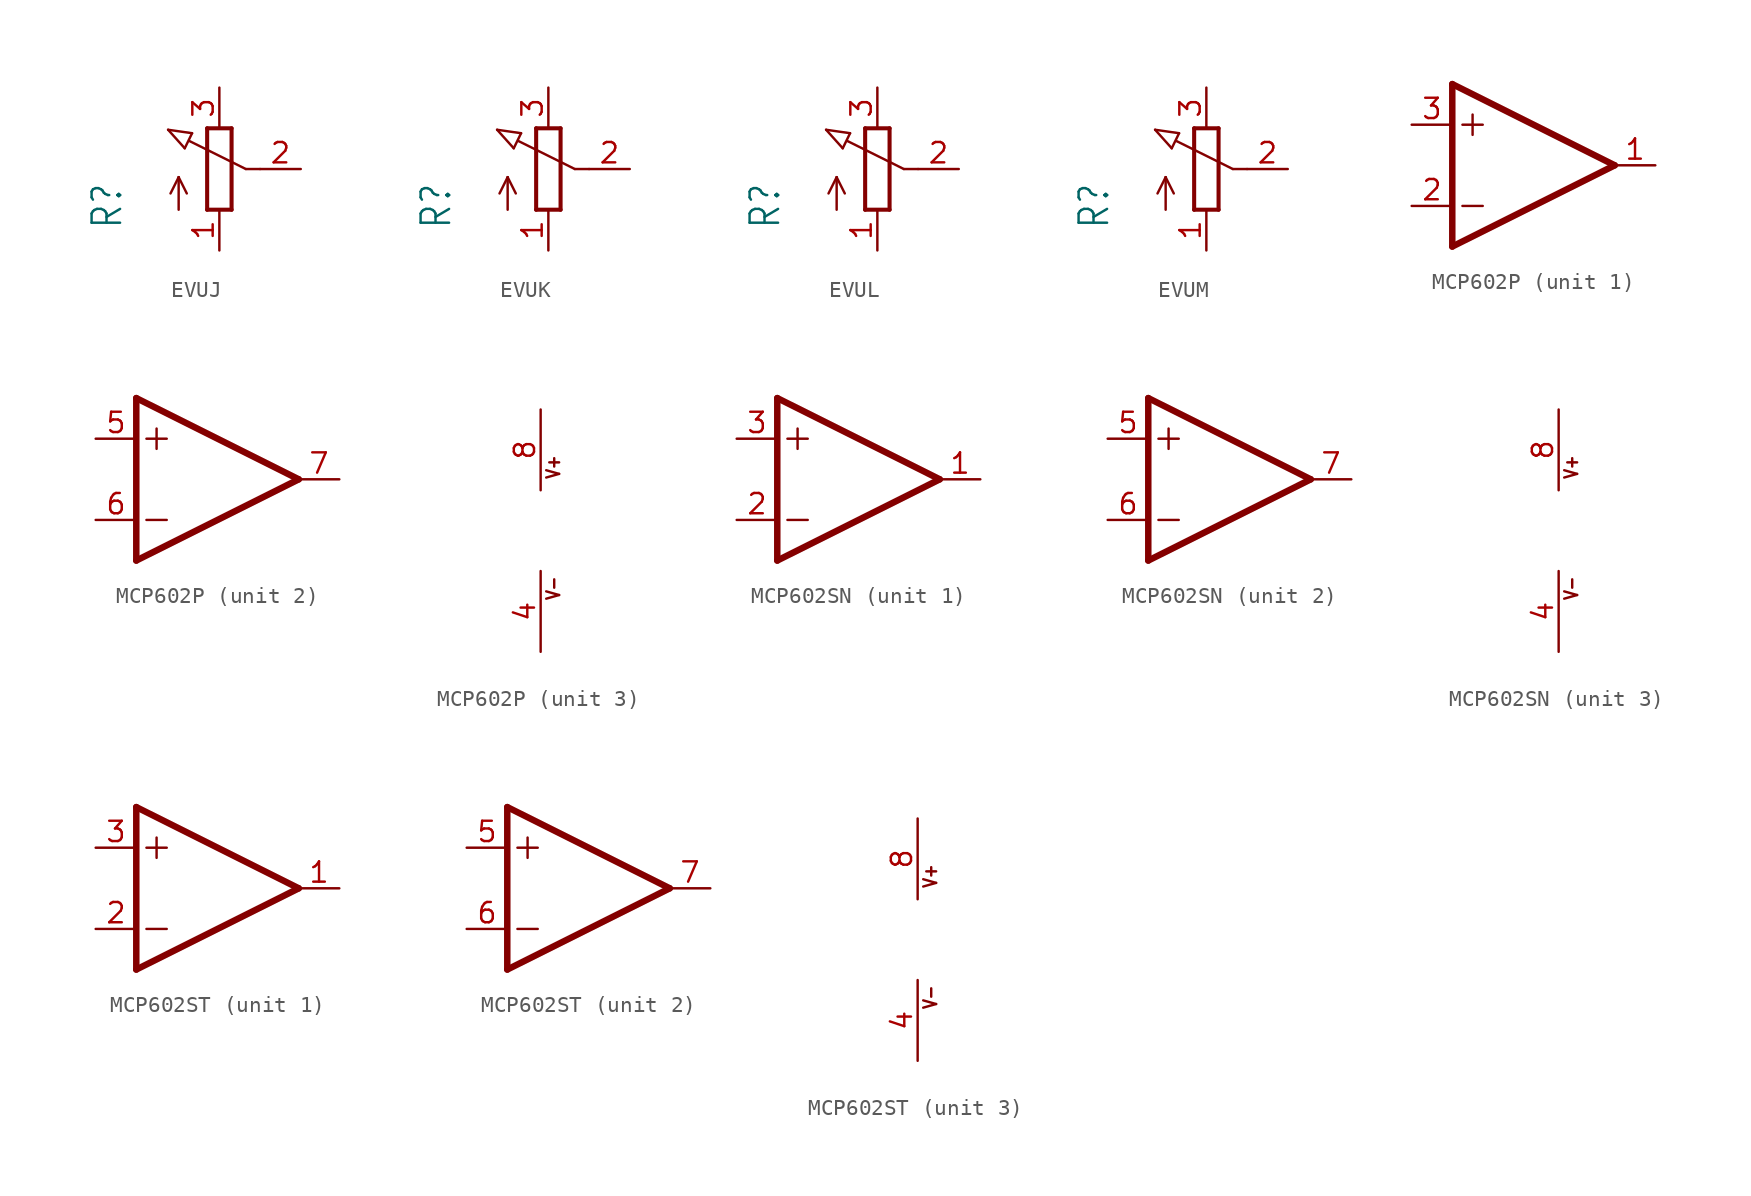
<source format=kicad_sym>
(kicad_symbol_lib
  (version 20231120)
  (generator "kicad_symbol_editor")
  (generator_version "8.0")
  (symbol "EVUJ"
    (property "Reference" "R"
      (at -5.969 -3.81 90)
      (effects (font (size 1.778 1.511)) (justify left bottom)))
    (property "Value" ""
      (at -3.81 -3.81 90)
      (effects (font (size 1.778 1.511)) (justify left bottom)))
    (property "ki_locked" ""
      (at 0 0 0)
      (effects (font (size 1.27 1.27))))
    (symbol "EVUJ_1_0"
      (polyline (pts (xy -3.199 2.45) (xy -1.702 2.235)) (stroke (width 0.152) (type solid)) (fill (type none)))
      (polyline (pts (xy -2.54 -2.54) (xy -2.54 -0.508)) (stroke (width 0.152) (type solid)) (fill (type none)))
      (polyline (pts (xy -2.54 -0.508) (xy -3.048 -1.524)) (stroke (width 0.152) (type solid)) (fill (type none)))
      (polyline (pts (xy -2.54 -0.508) (xy -2.032 -1.524)) (stroke (width 0.152) (type solid)) (fill (type none)))
      (polyline (pts (xy -2.16 1.294) (xy -3.199 2.45)) (stroke (width 0.152) (type solid)) (fill (type none)))
      (polyline (pts (xy -2.16 1.294) (xy -1.702 2.235)) (stroke (width 0.152) (type solid)) (fill (type none)))
      (polyline (pts (xy -0.762 -2.54) (xy 0.762 -2.54)) (stroke (width 0.254) (type solid)) (fill (type none)))
      (polyline (pts (xy -0.762 2.54) (xy -0.762 -2.54)) (stroke (width 0.254) (type solid)) (fill (type none)))
      (polyline (pts (xy 0.762 -2.54) (xy 0.762 2.54)) (stroke (width 0.254) (type solid)) (fill (type none)))
      (polyline (pts (xy 0.762 2.54) (xy -0.762 2.54)) (stroke (width 0.254) (type solid)) (fill (type none)))
      (polyline (pts (xy 1.651 0) (xy -1.88 1.753)) (stroke (width 0.152) (type solid)) (fill (type none)))
      (polyline (pts (xy 2.54 0) (xy 1.651 0)) (stroke (width 0.152) (type solid)) (fill (type none)))
      (pin passive line (at 0 -5.08 90) (length 2.54) (name "A" (effects (font (size 0 0)))) (number "1" (effects (font (size 1.27 1.27)))))
      (pin passive line (at 5.08 0 180) (length 2.54) (name "S" (effects (font (size 0 0)))) (number "2" (effects (font (size 1.27 1.27)))))
      (pin passive line (at 0 5.08 270) (length 2.54) (name "E" (effects (font (size 0 0)))) (number "3" (effects (font (size 1.27 1.27)))))))
  (symbol "EVUK"
    (property "Reference" "R"
      (at -5.969 -3.81 90)
      (effects (font (size 1.778 1.511)) (justify left bottom)))
    (property "Value" ""
      (at -3.81 -3.81 90)
      (effects (font (size 1.778 1.511)) (justify left bottom)))
    (property "ki_locked" ""
      (at 0 0 0)
      (effects (font (size 1.27 1.27))))
    (symbol "EVUK_1_0"
      (polyline (pts (xy -3.199 2.45) (xy -1.702 2.235)) (stroke (width 0.152) (type solid)) (fill (type none)))
      (polyline (pts (xy -2.54 -2.54) (xy -2.54 -0.508)) (stroke (width 0.152) (type solid)) (fill (type none)))
      (polyline (pts (xy -2.54 -0.508) (xy -3.048 -1.524)) (stroke (width 0.152) (type solid)) (fill (type none)))
      (polyline (pts (xy -2.54 -0.508) (xy -2.032 -1.524)) (stroke (width 0.152) (type solid)) (fill (type none)))
      (polyline (pts (xy -2.16 1.294) (xy -3.199 2.45)) (stroke (width 0.152) (type solid)) (fill (type none)))
      (polyline (pts (xy -2.16 1.294) (xy -1.702 2.235)) (stroke (width 0.152) (type solid)) (fill (type none)))
      (polyline (pts (xy -0.762 -2.54) (xy 0.762 -2.54)) (stroke (width 0.254) (type solid)) (fill (type none)))
      (polyline (pts (xy -0.762 2.54) (xy -0.762 -2.54)) (stroke (width 0.254) (type solid)) (fill (type none)))
      (polyline (pts (xy 0.762 -2.54) (xy 0.762 2.54)) (stroke (width 0.254) (type solid)) (fill (type none)))
      (polyline (pts (xy 0.762 2.54) (xy -0.762 2.54)) (stroke (width 0.254) (type solid)) (fill (type none)))
      (polyline (pts (xy 1.651 0) (xy -1.88 1.753)) (stroke (width 0.152) (type solid)) (fill (type none)))
      (polyline (pts (xy 2.54 0) (xy 1.651 0)) (stroke (width 0.152) (type solid)) (fill (type none)))
      (pin passive line (at 0 -5.08 90) (length 2.54) (name "A" (effects (font (size 0 0)))) (number "1" (effects (font (size 1.27 1.27)))))
      (pin passive line (at 5.08 0 180) (length 2.54) (name "S" (effects (font (size 0 0)))) (number "2" (effects (font (size 1.27 1.27)))))
      (pin passive line (at 0 5.08 270) (length 2.54) (name "E" (effects (font (size 0 0)))) (number "3" (effects (font (size 1.27 1.27)))))))
  (symbol "EVUL"
    (property "Reference" "R"
      (at -5.969 -3.81 90)
      (effects (font (size 1.778 1.511)) (justify left bottom)))
    (property "Value" ""
      (at -3.81 -3.81 90)
      (effects (font (size 1.778 1.511)) (justify left bottom)))
    (property "ki_locked" ""
      (at 0 0 0)
      (effects (font (size 1.27 1.27))))
    (symbol "EVUL_1_0"
      (polyline (pts (xy -3.199 2.45) (xy -1.702 2.235)) (stroke (width 0.152) (type solid)) (fill (type none)))
      (polyline (pts (xy -2.54 -2.54) (xy -2.54 -0.508)) (stroke (width 0.152) (type solid)) (fill (type none)))
      (polyline (pts (xy -2.54 -0.508) (xy -3.048 -1.524)) (stroke (width 0.152) (type solid)) (fill (type none)))
      (polyline (pts (xy -2.54 -0.508) (xy -2.032 -1.524)) (stroke (width 0.152) (type solid)) (fill (type none)))
      (polyline (pts (xy -2.16 1.294) (xy -3.199 2.45)) (stroke (width 0.152) (type solid)) (fill (type none)))
      (polyline (pts (xy -2.16 1.294) (xy -1.702 2.235)) (stroke (width 0.152) (type solid)) (fill (type none)))
      (polyline (pts (xy -0.762 -2.54) (xy 0.762 -2.54)) (stroke (width 0.254) (type solid)) (fill (type none)))
      (polyline (pts (xy -0.762 2.54) (xy -0.762 -2.54)) (stroke (width 0.254) (type solid)) (fill (type none)))
      (polyline (pts (xy 0.762 -2.54) (xy 0.762 2.54)) (stroke (width 0.254) (type solid)) (fill (type none)))
      (polyline (pts (xy 0.762 2.54) (xy -0.762 2.54)) (stroke (width 0.254) (type solid)) (fill (type none)))
      (polyline (pts (xy 1.651 0) (xy -1.88 1.753)) (stroke (width 0.152) (type solid)) (fill (type none)))
      (polyline (pts (xy 2.54 0) (xy 1.651 0)) (stroke (width 0.152) (type solid)) (fill (type none)))
      (pin passive line (at 0 -5.08 90) (length 2.54) (name "A" (effects (font (size 0 0)))) (number "1" (effects (font (size 1.27 1.27)))))
      (pin passive line (at 5.08 0 180) (length 2.54) (name "S" (effects (font (size 0 0)))) (number "2" (effects (font (size 1.27 1.27)))))
      (pin passive line (at 0 5.08 270) (length 2.54) (name "E" (effects (font (size 0 0)))) (number "3" (effects (font (size 1.27 1.27)))))))
  (symbol "EVUM"
    (property "Reference" "R"
      (at -5.969 -3.81 90)
      (effects (font (size 1.778 1.511)) (justify left bottom)))
    (property "Value" ""
      (at -3.81 -3.81 90)
      (effects (font (size 1.778 1.511)) (justify left bottom)))
    (property "ki_locked" ""
      (at 0 0 0)
      (effects (font (size 1.27 1.27))))
    (symbol "EVUM_1_0"
      (polyline (pts (xy -3.199 2.45) (xy -1.702 2.235)) (stroke (width 0.152) (type solid)) (fill (type none)))
      (polyline (pts (xy -2.54 -2.54) (xy -2.54 -0.508)) (stroke (width 0.152) (type solid)) (fill (type none)))
      (polyline (pts (xy -2.54 -0.508) (xy -3.048 -1.524)) (stroke (width 0.152) (type solid)) (fill (type none)))
      (polyline (pts (xy -2.54 -0.508) (xy -2.032 -1.524)) (stroke (width 0.152) (type solid)) (fill (type none)))
      (polyline (pts (xy -2.16 1.294) (xy -3.199 2.45)) (stroke (width 0.152) (type solid)) (fill (type none)))
      (polyline (pts (xy -2.16 1.294) (xy -1.702 2.235)) (stroke (width 0.152) (type solid)) (fill (type none)))
      (polyline (pts (xy -0.762 -2.54) (xy 0.762 -2.54)) (stroke (width 0.254) (type solid)) (fill (type none)))
      (polyline (pts (xy -0.762 2.54) (xy -0.762 -2.54)) (stroke (width 0.254) (type solid)) (fill (type none)))
      (polyline (pts (xy 0.762 -2.54) (xy 0.762 2.54)) (stroke (width 0.254) (type solid)) (fill (type none)))
      (polyline (pts (xy 0.762 2.54) (xy -0.762 2.54)) (stroke (width 0.254) (type solid)) (fill (type none)))
      (polyline (pts (xy 1.651 0) (xy -1.88 1.753)) (stroke (width 0.152) (type solid)) (fill (type none)))
      (polyline (pts (xy 2.54 0) (xy 1.651 0)) (stroke (width 0.152) (type solid)) (fill (type none)))
      (pin passive line (at 0 -5.08 90) (length 2.54) (name "A" (effects (font (size 0 0)))) (number "1" (effects (font (size 1.27 1.27)))))
      (pin passive line (at 5.08 0 180) (length 2.54) (name "S" (effects (font (size 0 0)))) (number "2" (effects (font (size 1.27 1.27)))))
      (pin passive line (at 0 5.08 270) (length 2.54) (name "E" (effects (font (size 0 0)))) (number "3" (effects (font (size 1.27 1.27)))))))
  (symbol "MCP602P"
    (property "Reference" "IC"
      (at 2.54 3.175 0)
      (effects (font (size 1.778 1.511)) (justify left bottom) (hide yes)))
    (property "ki_locked" ""
      (at 0 0 0)
      (effects (font (size 1.27 1.27))))
    (symbol "MCP602P_1_0"
      (polyline (pts (xy -5.08 -5.08) (xy 5.08 0)) (stroke (width 0.406) (type solid)) (fill (type none)))
      (polyline (pts (xy -5.08 5.08) (xy -5.08 -5.08)) (stroke (width 0.406) (type solid)) (fill (type none)))
      (polyline (pts (xy -4.445 -2.54) (xy -3.175 -2.54)) (stroke (width 0.152) (type solid)) (fill (type none)))
      (polyline (pts (xy -4.445 2.54) (xy -3.175 2.54)) (stroke (width 0.152) (type solid)) (fill (type none)))
      (polyline (pts (xy -3.81 3.175) (xy -3.81 1.905)) (stroke (width 0.152) (type solid)) (fill (type none)))
      (polyline (pts (xy 5.08 0) (xy -5.08 5.08)) (stroke (width 0.406) (type solid)) (fill (type none)))
      (pin output line (at 7.62 0 180) (length 2.54) (name "OUT" (effects (font (size 0 0)))) (number "1" (effects (font (size 1.27 1.27)))))
      (pin input line (at -7.62 -2.54 0) (length 2.54) (name "-IN" (effects (font (size 0 0)))) (number "2" (effects (font (size 1.27 1.27)))))
      (pin input line (at -7.62 2.54 0) (length 2.54) (name "+IN" (effects (font (size 0 0)))) (number "3" (effects (font (size 1.27 1.27))))))
    (symbol "MCP602P_2_0"
      (polyline (pts (xy -5.08 -5.08) (xy 5.08 0)) (stroke (width 0.406) (type solid)) (fill (type none)))
      (polyline (pts (xy -5.08 5.08) (xy -5.08 -5.08)) (stroke (width 0.406) (type solid)) (fill (type none)))
      (polyline (pts (xy -4.445 -2.54) (xy -3.175 -2.54)) (stroke (width 0.152) (type solid)) (fill (type none)))
      (polyline (pts (xy -4.445 2.54) (xy -3.175 2.54)) (stroke (width 0.152) (type solid)) (fill (type none)))
      (polyline (pts (xy -3.81 3.175) (xy -3.81 1.905)) (stroke (width 0.152) (type solid)) (fill (type none)))
      (polyline (pts (xy 5.08 0) (xy -5.08 5.08)) (stroke (width 0.406) (type solid)) (fill (type none)))
      (pin input line (at -7.62 2.54 0) (length 2.54) (name "+IN" (effects (font (size 0 0)))) (number "5" (effects (font (size 1.27 1.27)))))
      (pin input line (at -7.62 -2.54 0) (length 2.54) (name "-IN" (effects (font (size 0 0)))) (number "6" (effects (font (size 1.27 1.27)))))
      (pin output line (at 7.62 0 180) (length 2.54) (name "OUT" (effects (font (size 0 0)))) (number "7" (effects (font (size 1.27 1.27))))))
    (symbol "MCP602P_3_0"
      (text "V+" (at 1.27 3.175 900) (effects (font (size 0.813 0.691)) (justify left bottom)))
      (text "V-" (at 1.27 -4.445 900) (effects (font (size 0.813 0.691)) (justify left bottom)))
      (pin power_in line (at 0 -7.62 90) (length 5.08) (name "V-" (effects (font (size 0 0)))) (number "4" (effects (font (size 1.27 1.27)))))
      (pin power_in line (at 0 7.62 270) (length 5.08) (name "V+" (effects (font (size 0 0)))) (number "8" (effects (font (size 1.27 1.27)))))))
  (symbol "MCP602SN"
    (property "Reference" "IC"
      (at 2.54 3.175 0)
      (effects (font (size 1.778 1.511)) (justify left bottom) (hide yes)))
    (property "ki_locked" ""
      (at 0 0 0)
      (effects (font (size 1.27 1.27))))
    (symbol "MCP602SN_1_0"
      (polyline (pts (xy -5.08 -5.08) (xy 5.08 0)) (stroke (width 0.406) (type solid)) (fill (type none)))
      (polyline (pts (xy -5.08 5.08) (xy -5.08 -5.08)) (stroke (width 0.406) (type solid)) (fill (type none)))
      (polyline (pts (xy -4.445 -2.54) (xy -3.175 -2.54)) (stroke (width 0.152) (type solid)) (fill (type none)))
      (polyline (pts (xy -4.445 2.54) (xy -3.175 2.54)) (stroke (width 0.152) (type solid)) (fill (type none)))
      (polyline (pts (xy -3.81 3.175) (xy -3.81 1.905)) (stroke (width 0.152) (type solid)) (fill (type none)))
      (polyline (pts (xy 5.08 0) (xy -5.08 5.08)) (stroke (width 0.406) (type solid)) (fill (type none)))
      (pin output line (at 7.62 0 180) (length 2.54) (name "OUT" (effects (font (size 0 0)))) (number "1" (effects (font (size 1.27 1.27)))))
      (pin input line (at -7.62 -2.54 0) (length 2.54) (name "-IN" (effects (font (size 0 0)))) (number "2" (effects (font (size 1.27 1.27)))))
      (pin input line (at -7.62 2.54 0) (length 2.54) (name "+IN" (effects (font (size 0 0)))) (number "3" (effects (font (size 1.27 1.27))))))
    (symbol "MCP602SN_2_0"
      (polyline (pts (xy -5.08 -5.08) (xy 5.08 0)) (stroke (width 0.406) (type solid)) (fill (type none)))
      (polyline (pts (xy -5.08 5.08) (xy -5.08 -5.08)) (stroke (width 0.406) (type solid)) (fill (type none)))
      (polyline (pts (xy -4.445 -2.54) (xy -3.175 -2.54)) (stroke (width 0.152) (type solid)) (fill (type none)))
      (polyline (pts (xy -4.445 2.54) (xy -3.175 2.54)) (stroke (width 0.152) (type solid)) (fill (type none)))
      (polyline (pts (xy -3.81 3.175) (xy -3.81 1.905)) (stroke (width 0.152) (type solid)) (fill (type none)))
      (polyline (pts (xy 5.08 0) (xy -5.08 5.08)) (stroke (width 0.406) (type solid)) (fill (type none)))
      (pin input line (at -7.62 2.54 0) (length 2.54) (name "+IN" (effects (font (size 0 0)))) (number "5" (effects (font (size 1.27 1.27)))))
      (pin input line (at -7.62 -2.54 0) (length 2.54) (name "-IN" (effects (font (size 0 0)))) (number "6" (effects (font (size 1.27 1.27)))))
      (pin output line (at 7.62 0 180) (length 2.54) (name "OUT" (effects (font (size 0 0)))) (number "7" (effects (font (size 1.27 1.27))))))
    (symbol "MCP602SN_3_0"
      (text "V+" (at 1.27 3.175 900) (effects (font (size 0.813 0.691)) (justify left bottom)))
      (text "V-" (at 1.27 -4.445 900) (effects (font (size 0.813 0.691)) (justify left bottom)))
      (pin power_in line (at 0 -7.62 90) (length 5.08) (name "V-" (effects (font (size 0 0)))) (number "4" (effects (font (size 1.27 1.27)))))
      (pin power_in line (at 0 7.62 270) (length 5.08) (name "V+" (effects (font (size 0 0)))) (number "8" (effects (font (size 1.27 1.27)))))))
  (symbol "MCP602ST"
    (property "Reference" "IC"
      (at 2.54 3.175 0)
      (effects (font (size 1.778 1.511)) (justify left bottom) (hide yes)))
    (property "ki_locked" ""
      (at 0 0 0)
      (effects (font (size 1.27 1.27))))
    (symbol "MCP602ST_1_0"
      (polyline (pts (xy -5.08 -5.08) (xy 5.08 0)) (stroke (width 0.406) (type solid)) (fill (type none)))
      (polyline (pts (xy -5.08 5.08) (xy -5.08 -5.08)) (stroke (width 0.406) (type solid)) (fill (type none)))
      (polyline (pts (xy -4.445 -2.54) (xy -3.175 -2.54)) (stroke (width 0.152) (type solid)) (fill (type none)))
      (polyline (pts (xy -4.445 2.54) (xy -3.175 2.54)) (stroke (width 0.152) (type solid)) (fill (type none)))
      (polyline (pts (xy -3.81 3.175) (xy -3.81 1.905)) (stroke (width 0.152) (type solid)) (fill (type none)))
      (polyline (pts (xy 5.08 0) (xy -5.08 5.08)) (stroke (width 0.406) (type solid)) (fill (type none)))
      (pin output line (at 7.62 0 180) (length 2.54) (name "OUT" (effects (font (size 0 0)))) (number "1" (effects (font (size 1.27 1.27)))))
      (pin input line (at -7.62 -2.54 0) (length 2.54) (name "-IN" (effects (font (size 0 0)))) (number "2" (effects (font (size 1.27 1.27)))))
      (pin input line (at -7.62 2.54 0) (length 2.54) (name "+IN" (effects (font (size 0 0)))) (number "3" (effects (font (size 1.27 1.27))))))
    (symbol "MCP602ST_2_0"
      (polyline (pts (xy -5.08 -5.08) (xy 5.08 0)) (stroke (width 0.406) (type solid)) (fill (type none)))
      (polyline (pts (xy -5.08 5.08) (xy -5.08 -5.08)) (stroke (width 0.406) (type solid)) (fill (type none)))
      (polyline (pts (xy -4.445 -2.54) (xy -3.175 -2.54)) (stroke (width 0.152) (type solid)) (fill (type none)))
      (polyline (pts (xy -4.445 2.54) (xy -3.175 2.54)) (stroke (width 0.152) (type solid)) (fill (type none)))
      (polyline (pts (xy -3.81 3.175) (xy -3.81 1.905)) (stroke (width 0.152) (type solid)) (fill (type none)))
      (polyline (pts (xy 5.08 0) (xy -5.08 5.08)) (stroke (width 0.406) (type solid)) (fill (type none)))
      (pin input line (at -7.62 2.54 0) (length 2.54) (name "+IN" (effects (font (size 0 0)))) (number "5" (effects (font (size 1.27 1.27)))))
      (pin input line (at -7.62 -2.54 0) (length 2.54) (name "-IN" (effects (font (size 0 0)))) (number "6" (effects (font (size 1.27 1.27)))))
      (pin output line (at 7.62 0 180) (length 2.54) (name "OUT" (effects (font (size 0 0)))) (number "7" (effects (font (size 1.27 1.27))))))
    (symbol "MCP602ST_3_0"
      (text "V+" (at 1.27 3.175 900) (effects (font (size 0.813 0.691)) (justify left bottom)))
      (text "V-" (at 1.27 -4.445 900) (effects (font (size 0.813 0.691)) (justify left bottom)))
      (pin power_in line (at 0 -7.62 90) (length 5.08) (name "V-" (effects (font (size 0 0)))) (number "4" (effects (font (size 1.27 1.27)))))
      (pin power_in line (at 0 7.62 270) (length 5.08) (name "V+" (effects (font (size 0 0)))) (number "8" (effects (font (size 1.27 1.27))))))))
</source>
